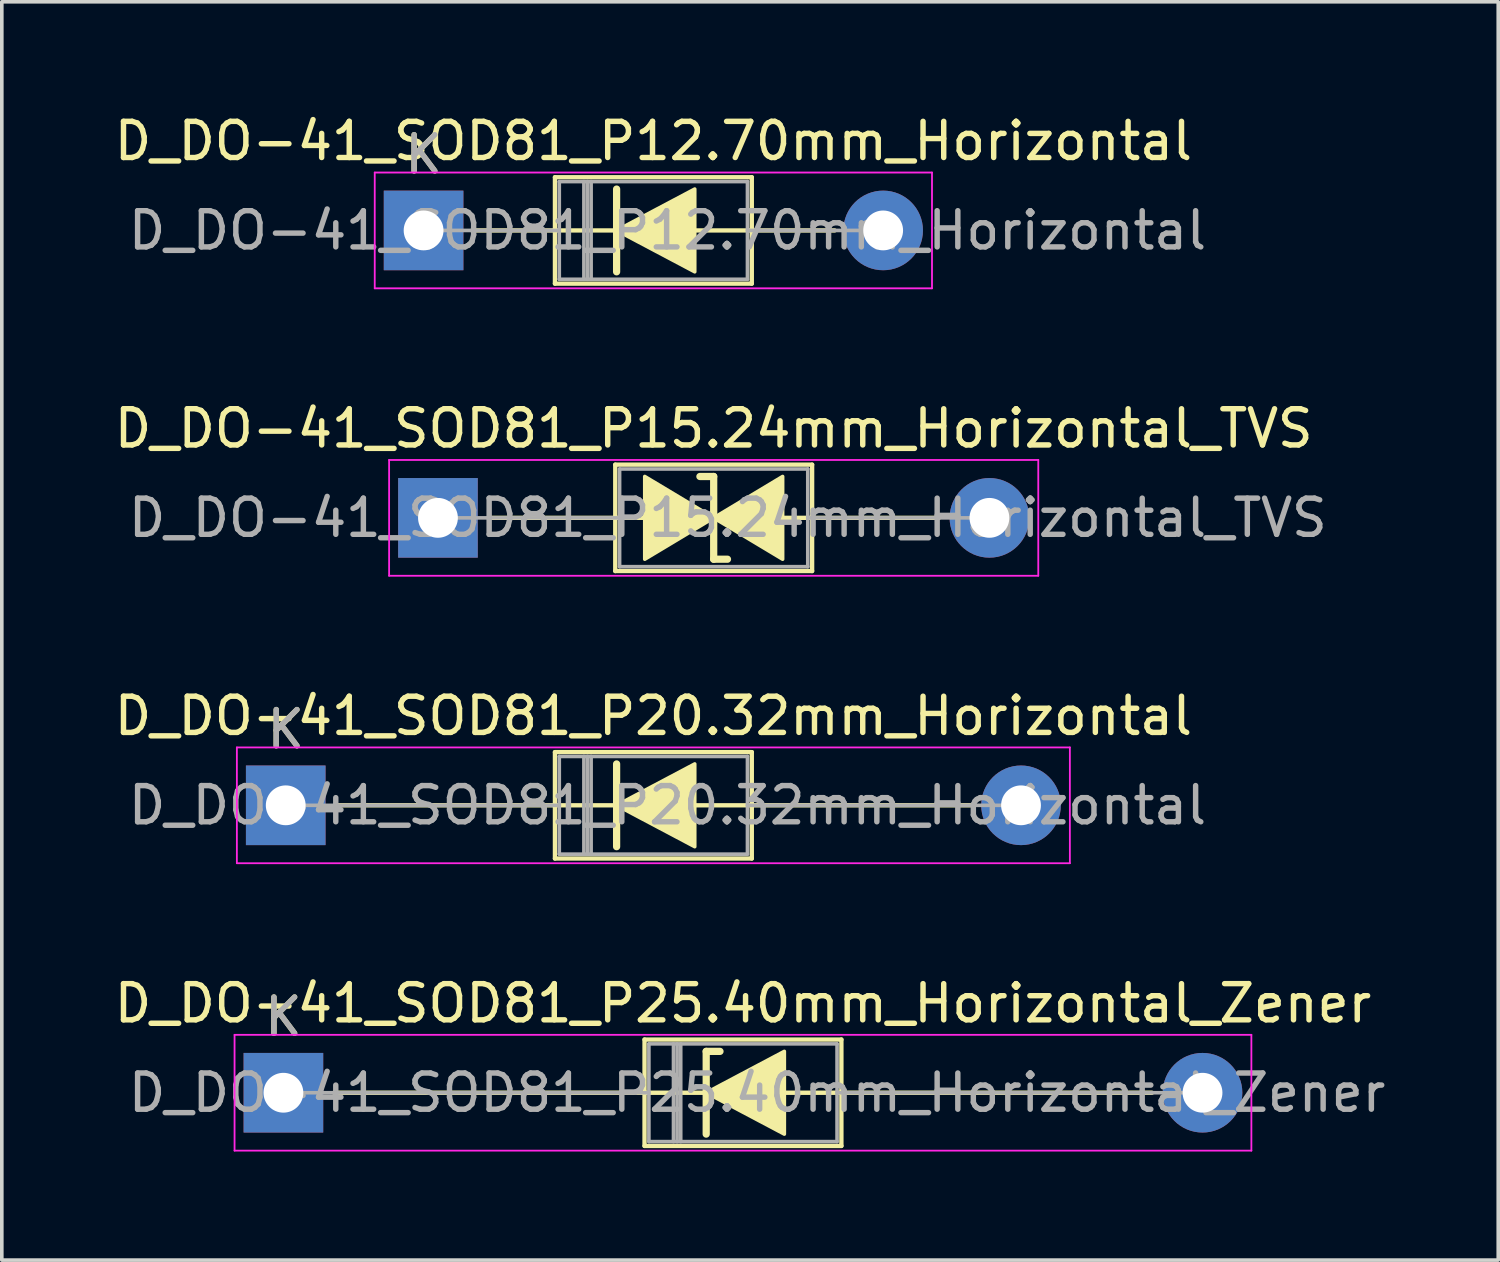
<source format=kicad_pcb>
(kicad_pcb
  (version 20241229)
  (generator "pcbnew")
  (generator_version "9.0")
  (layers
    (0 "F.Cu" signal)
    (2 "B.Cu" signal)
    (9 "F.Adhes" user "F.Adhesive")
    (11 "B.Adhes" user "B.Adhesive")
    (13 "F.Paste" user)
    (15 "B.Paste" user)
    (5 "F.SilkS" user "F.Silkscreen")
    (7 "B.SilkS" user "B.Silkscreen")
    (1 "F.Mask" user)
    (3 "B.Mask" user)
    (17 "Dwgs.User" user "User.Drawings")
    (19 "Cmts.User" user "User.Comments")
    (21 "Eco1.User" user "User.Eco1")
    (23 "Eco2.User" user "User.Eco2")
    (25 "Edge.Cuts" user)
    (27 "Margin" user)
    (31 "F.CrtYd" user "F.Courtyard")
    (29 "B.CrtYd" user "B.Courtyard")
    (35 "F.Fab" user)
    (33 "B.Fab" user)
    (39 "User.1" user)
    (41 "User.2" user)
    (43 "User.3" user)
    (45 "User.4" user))
  (footprint "D_DO-41_SOD81_P25.40mm_Horizontal_Zener"
    (layer "F.Cu")
    (at 4.782 27.148)
    (property "Reference" "D_DO-41_SOD81_P25.40mm_Horizontal_Zener" (at 12.7 -2.47 0) (layer "F.SilkS") (effects (font (size 1 1) (thickness 0.15))))
    (attr through_hole)
    (fp_line (start 1.397 0) (end 9.98 0) (stroke (width 0.12) (type solid)) (layer "F.SilkS"))
    (fp_line (start 9.98 -1.47) (end 9.98 1.47) (stroke (width 0.12) (type solid)) (layer "F.SilkS"))
    (fp_line (start 9.98 1.47) (end 15.42 1.47) (stroke (width 0.12) (type solid)) (layer "F.SilkS"))
    (fp_line (start 11.684 -1.143) (end 11.684 1.143) (stroke (width 0.2) (type solid)) (layer "F.SilkS"))
    (fp_line (start 11.684 -1.143) (end 12.065 -1.143) (stroke (width 0.2) (type solid)) (layer "F.SilkS"))
    (fp_line (start 11.684 0) (end 9.98 0) (stroke (width 0.12) (type solid)) (layer "F.SilkS"))
    (fp_line (start 13.843 0) (end 15.42 0) (stroke (width 0.12) (type solid)) (layer "F.SilkS"))
    (fp_line (start 15.42 -1.47) (end 9.98 -1.47) (stroke (width 0.12) (type solid)) (layer "F.SilkS"))
    (fp_line (start 15.42 1.47) (end 15.42 -1.47) (stroke (width 0.12) (type solid)) (layer "F.SilkS"))
    (fp_line (start 24.003 0) (end 15.42 0) (stroke (width 0.12) (type solid)) (layer "F.SilkS"))
    (fp_poly (pts (xy 13.843 1.143) (xy 11.684 0) (xy 13.843 -1.143)) (stroke (width 0.1) (type solid)) (fill yes) (layer "F.SilkS"))
    (fp_line (start -1.35 -1.6) (end -1.35 1.6) (stroke (width 0.05) (type solid)) (layer "F.CrtYd"))
    (fp_line (start -1.35 1.6) (end 26.75 1.6) (stroke (width 0.05) (type solid)) (layer "F.CrtYd"))
    (fp_line (start 26.75 -1.6) (end -1.35 -1.6) (stroke (width 0.05) (type solid)) (layer "F.CrtYd"))
    (fp_line (start 26.75 1.6) (end 26.75 -1.6) (stroke (width 0.05) (type solid)) (layer "F.CrtYd"))
    (fp_line (start 0 0) (end 10.1 0) (stroke (width 0.1) (type solid)) (layer "F.Fab"))
    (fp_line (start 10.1 -1.35) (end 10.1 1.35) (stroke (width 0.1) (type solid)) (layer "F.Fab"))
    (fp_line (start 10.1 1.35) (end 15.3 1.35) (stroke (width 0.1) (type solid)) (layer "F.Fab"))
    (fp_line (start 10.78 -1.35) (end 10.78 1.35) (stroke (width 0.1) (type solid)) (layer "F.Fab"))
    (fp_line (start 10.88 -1.35) (end 10.88 1.35) (stroke (width 0.1) (type solid)) (layer "F.Fab"))
    (fp_line (start 10.98 -1.35) (end 10.98 1.35) (stroke (width 0.1) (type solid)) (layer "F.Fab"))
    (fp_line (start 15.3 -1.35) (end 10.1 -1.35) (stroke (width 0.1) (type solid)) (layer "F.Fab"))
    (fp_line (start 15.3 1.35) (end 15.3 -1.35) (stroke (width 0.1) (type solid)) (layer "F.Fab"))
    (fp_line (start 25.4 0) (end 15.3 0) (stroke (width 0.1) (type solid)) (layer "F.Fab"))
    (fp_text user "K" (at 0 -2.1 0) (layer "F.SilkS") (effects (font (size 1 1) (thickness 0.15))))
    (fp_text user "K" (at 0 -2.1 0) (layer "F.Fab") (effects (font (size 1 1) (thickness 0.15))))
    (fp_text user "${REFERENCE}" (at 13.09 0 0) (layer "F.Fab") (effects (font (size 1 1) (thickness 0.15))))
    (pad "1" thru_hole rect (at 0 0) (size 2.2 2.2) (drill 1.1) (layers "*.Cu" "*.Mask"))
    (pad "2" thru_hole oval (at 25.4 0) (size 2.2 2.2) (drill 1.1) (layers "*.Cu" "*.Mask")))
  (footprint "D_DO-41_SOD81_P15.24mm_Horizontal_TVS"
    (layer "F.Cu")
    (at 9.053 11.261)
    (property "Reference" "D_DO-41_SOD81_P15.24mm_Horizontal_TVS" (at 7.62 -2.47 0) (layer "F.SilkS") (effects (font (size 1 1) (thickness 0.15))))
    (fp_line (start 1.397 0) (end 4.9 0) (stroke (width 0.12) (type solid)) (layer "F.SilkS"))
    (fp_line (start 4.9 -1.47) (end 4.9 1.47) (stroke (width 0.12) (type solid)) (layer "F.SilkS"))
    (fp_line (start 4.9 0) (end 5.715 0) (stroke (width 0.12) (type solid)) (layer "F.SilkS"))
    (fp_line (start 4.9 1.47) (end 10.34 1.47) (stroke (width 0.12) (type solid)) (layer "F.SilkS"))
    (fp_line (start 7.62 -1.143) (end 7.239 -1.143) (stroke (width 0.2) (type solid)) (layer "F.SilkS"))
    (fp_line (start 7.62 1.143) (end 7.62 -1.143) (stroke (width 0.2) (type solid)) (layer "F.SilkS"))
    (fp_line (start 8.001 1.143) (end 7.62 1.143) (stroke (width 0.2) (type solid)) (layer "F.SilkS"))
    (fp_line (start 9.525 0) (end 10.34 0) (stroke (width 0.12) (type solid)) (layer "F.SilkS"))
    (fp_line (start 10.34 -1.47) (end 4.9 -1.47) (stroke (width 0.12) (type solid)) (layer "F.SilkS"))
    (fp_line (start 10.34 1.47) (end 10.34 -1.47) (stroke (width 0.12) (type solid)) (layer "F.SilkS"))
    (fp_line (start 13.843 0) (end 10.34 0) (stroke (width 0.12) (type solid)) (layer "F.SilkS"))
    (fp_poly (pts (xy 7.62 0) (xy 5.715 1.143) (xy 5.715 -1.143)) (stroke (width 0.1) (type solid)) (fill yes) (layer "F.SilkS"))
    (fp_poly (pts (xy 7.62 0) (xy 9.525 -1.143) (xy 9.525 1.143)) (stroke (width 0.1) (type solid)) (fill yes) (layer "F.SilkS"))
    (fp_line (start -1.35 -1.6) (end -1.35 1.6) (stroke (width 0.05) (type solid)) (layer "F.CrtYd"))
    (fp_line (start -1.35 1.6) (end 16.59 1.6) (stroke (width 0.05) (type solid)) (layer "F.CrtYd"))
    (fp_line (start 16.59 -1.6) (end -1.35 -1.6) (stroke (width 0.05) (type solid)) (layer "F.CrtYd"))
    (fp_line (start 16.59 1.6) (end 16.59 -1.6) (stroke (width 0.05) (type solid)) (layer "F.CrtYd"))
    (fp_line (start 0 0) (end 5.02 0) (stroke (width 0.1) (type solid)) (layer "F.Fab"))
    (fp_line (start 5.02 -1.35) (end 5.02 1.35) (stroke (width 0.1) (type solid)) (layer "F.Fab"))
    (fp_line (start 5.02 1.35) (end 10.22 1.35) (stroke (width 0.1) (type solid)) (layer "F.Fab"))
    (fp_line (start 10.22 -1.35) (end 5.02 -1.35) (stroke (width 0.1) (type solid)) (layer "F.Fab"))
    (fp_line (start 10.22 1.35) (end 10.22 -1.35) (stroke (width 0.1) (type solid)) (layer "F.Fab"))
    (fp_line (start 15.24 0) (end 10.22 0) (stroke (width 0.1) (type solid)) (layer "F.Fab"))
    (fp_text user "${REFERENCE}" (at 8.01 0 0) (layer "F.Fab") (effects (font (size 1 1) (thickness 0.15))))
    (pad "1" thru_hole rect (at 0 0) (size 2.2 2.2) (drill 1.1) (layers "*.Cu" "*.Mask"))
    (pad "2" thru_hole oval (at 15.24 0) (size 2.2 2.2) (drill 1.1) (layers "*.Cu" "*.Mask")))
  (footprint "D_DO-41_SOD81_P20.32mm_Horizontal"
    (layer "F.Cu")
    (at 4.846 19.205)
    (property "Reference" "D_DO-41_SOD81_P20.32mm_Horizontal" (at 10.16 -2.47 0) (layer "F.SilkS") (effects (font (size 1 1) (thickness 0.15))))
    (attr through_hole)
    (fp_line (start 1.397 0) (end 7.44 0) (stroke (width 0.12) (type solid)) (layer "F.SilkS"))
    (fp_line (start 7.44 -1.47) (end 7.44 1.47) (stroke (width 0.12) (type solid)) (layer "F.SilkS"))
    (fp_line (start 7.44 1.47) (end 12.88 1.47) (stroke (width 0.12) (type solid)) (layer "F.SilkS"))
    (fp_line (start 9.144 -1.143) (end 9.144 1.143) (stroke (width 0.2) (type solid)) (layer "F.SilkS"))
    (fp_line (start 9.144 0) (end 7.44 0) (stroke (width 0.12) (type solid)) (layer "F.SilkS"))
    (fp_line (start 11.303 0) (end 12.88 0) (stroke (width 0.12) (type solid)) (layer "F.SilkS"))
    (fp_line (start 12.88 -1.47) (end 7.44 -1.47) (stroke (width 0.12) (type solid)) (layer "F.SilkS"))
    (fp_line (start 12.88 1.47) (end 12.88 -1.47) (stroke (width 0.12) (type solid)) (layer "F.SilkS"))
    (fp_line (start 18.923 0) (end 12.88 0) (stroke (width 0.12) (type solid)) (layer "F.SilkS"))
    (fp_poly (pts (xy 11.303 1.143) (xy 9.144 0) (xy 11.303 -1.143)) (stroke (width 0.1) (type solid)) (fill yes) (layer "F.SilkS"))
    (fp_line (start -1.35 -1.6) (end -1.35 1.6) (stroke (width 0.05) (type solid)) (layer "F.CrtYd"))
    (fp_line (start -1.35 1.6) (end 21.67 1.6) (stroke (width 0.05) (type solid)) (layer "F.CrtYd"))
    (fp_line (start 21.67 -1.6) (end -1.35 -1.6) (stroke (width 0.05) (type solid)) (layer "F.CrtYd"))
    (fp_line (start 21.67 1.6) (end 21.67 -1.6) (stroke (width 0.05) (type solid)) (layer "F.CrtYd"))
    (fp_line (start 0 0) (end 7.56 0) (stroke (width 0.1) (type solid)) (layer "F.Fab"))
    (fp_line (start 7.56 -1.35) (end 7.56 1.35) (stroke (width 0.1) (type solid)) (layer "F.Fab"))
    (fp_line (start 7.56 1.35) (end 12.76 1.35) (stroke (width 0.1) (type solid)) (layer "F.Fab"))
    (fp_line (start 8.24 -1.35) (end 8.24 1.35) (stroke (width 0.1) (type solid)) (layer "F.Fab"))
    (fp_line (start 8.34 -1.35) (end 8.34 1.35) (stroke (width 0.1) (type solid)) (layer "F.Fab"))
    (fp_line (start 8.44 -1.35) (end 8.44 1.35) (stroke (width 0.1) (type solid)) (layer "F.Fab"))
    (fp_line (start 12.76 -1.35) (end 7.56 -1.35) (stroke (width 0.1) (type solid)) (layer "F.Fab"))
    (fp_line (start 12.76 1.35) (end 12.76 -1.35) (stroke (width 0.1) (type solid)) (layer "F.Fab"))
    (fp_line (start 20.32 0) (end 12.76 0) (stroke (width 0.1) (type solid)) (layer "F.Fab"))
    (fp_text user "K" (at 0 -2.1 0) (layer "F.SilkS") (effects (font (size 1 1) (thickness 0.15))))
    (fp_text user "K" (at 0 -2.1 0) (layer "F.Fab") (effects (font (size 1 1) (thickness 0.15))))
    (fp_text user "${REFERENCE}" (at 10.55 0 0) (layer "F.Fab") (effects (font (size 1 1) (thickness 0.15))))
    (pad "1" thru_hole rect (at 0 0) (size 2.2 2.2) (drill 1.1) (layers "*.Cu" "*.Mask"))
    (pad "2" thru_hole oval (at 20.32 0) (size 2.2 2.2) (drill 1.1) (layers "*.Cu" "*.Mask")))
  (footprint "D_DO-41_SOD81_P12.70mm_Horizontal"
    (layer "F.Cu")
    (at 8.656 3.318)
    (property "Reference" "D_DO-41_SOD81_P12.70mm_Horizontal" (at 6.35 -2.47 0) (layer "F.SilkS") (effects (font (size 1 1) (thickness 0.15))))
    (attr through_hole)
    (fp_line (start 1.34 0) (end 3.63 0) (stroke (width 0.12) (type solid)) (layer "F.SilkS"))
    (fp_line (start 3.63 -1.47) (end 3.63 1.47) (stroke (width 0.12) (type solid)) (layer "F.SilkS"))
    (fp_line (start 3.63 1.47) (end 9.07 1.47) (stroke (width 0.12) (type solid)) (layer "F.SilkS"))
    (fp_line (start 5.334 -1.143) (end 5.334 1.143) (stroke (width 0.2) (type solid)) (layer "F.SilkS"))
    (fp_line (start 5.334 0) (end 3.63 0) (stroke (width 0.12) (type solid)) (layer "F.SilkS"))
    (fp_line (start 7.493 0) (end 9.07 0) (stroke (width 0.12) (type solid)) (layer "F.SilkS"))
    (fp_line (start 9.07 -1.47) (end 3.63 -1.47) (stroke (width 0.12) (type solid)) (layer "F.SilkS"))
    (fp_line (start 9.07 1.47) (end 9.07 -1.47) (stroke (width 0.12) (type solid)) (layer "F.SilkS"))
    (fp_line (start 11.36 0) (end 9.07 0) (stroke (width 0.12) (type solid)) (layer "F.SilkS"))
    (fp_poly (pts (xy 7.493 1.143) (xy 5.334 0) (xy 7.493 -1.143)) (stroke (width 0.1) (type solid)) (fill yes) (layer "F.SilkS"))
    (fp_line (start -1.35 -1.6) (end -1.35 1.6) (stroke (width 0.05) (type solid)) (layer "F.CrtYd"))
    (fp_line (start -1.35 1.6) (end 14.05 1.6) (stroke (width 0.05) (type solid)) (layer "F.CrtYd"))
    (fp_line (start 14.05 -1.6) (end -1.35 -1.6) (stroke (width 0.05) (type solid)) (layer "F.CrtYd"))
    (fp_line (start 14.05 1.6) (end 14.05 -1.6) (stroke (width 0.05) (type solid)) (layer "F.CrtYd"))
    (fp_line (start 0 0) (end 3.75 0) (stroke (width 0.1) (type solid)) (layer "F.Fab"))
    (fp_line (start 3.75 -1.35) (end 3.75 1.35) (stroke (width 0.1) (type solid)) (layer "F.Fab"))
    (fp_line (start 3.75 1.35) (end 8.95 1.35) (stroke (width 0.1) (type solid)) (layer "F.Fab"))
    (fp_line (start 4.43 -1.35) (end 4.43 1.35) (stroke (width 0.1) (type solid)) (layer "F.Fab"))
    (fp_line (start 4.53 -1.35) (end 4.53 1.35) (stroke (width 0.1) (type solid)) (layer "F.Fab"))
    (fp_line (start 4.63 -1.35) (end 4.63 1.35) (stroke (width 0.1) (type solid)) (layer "F.Fab"))
    (fp_line (start 8.95 -1.35) (end 3.75 -1.35) (stroke (width 0.1) (type solid)) (layer "F.Fab"))
    (fp_line (start 8.95 1.35) (end 8.95 -1.35) (stroke (width 0.1) (type solid)) (layer "F.Fab"))
    (fp_line (start 12.7 0) (end 8.95 0) (stroke (width 0.1) (type solid)) (layer "F.Fab"))
    (fp_text user "K" (at 0 -2.1 0) (layer "F.SilkS") (effects (font (size 1 1) (thickness 0.15))))
    (fp_text user "${REFERENCE}" (at 6.74 0 0) (layer "F.Fab") (effects (font (size 1 1) (thickness 0.15))))
    (fp_text user "K" (at 0 -2.1 0) (layer "F.Fab") (effects (font (size 1 1) (thickness 0.15))))
    (pad "1" thru_hole rect (at 0 0) (size 2.2 2.2) (drill 1.1) (layers "*.Cu" "*.Mask"))
    (pad "2" thru_hole oval (at 12.7 0) (size 2.2 2.2) (drill 1.1) (layers "*.Cu" "*.Mask")))
  (gr_rect
    (start -3 -3)
    (end 38.354 31.773)
    (stroke (width 0.1) (type default))
    (fill no)
    (layer "Edge.Cuts")))
</source>
